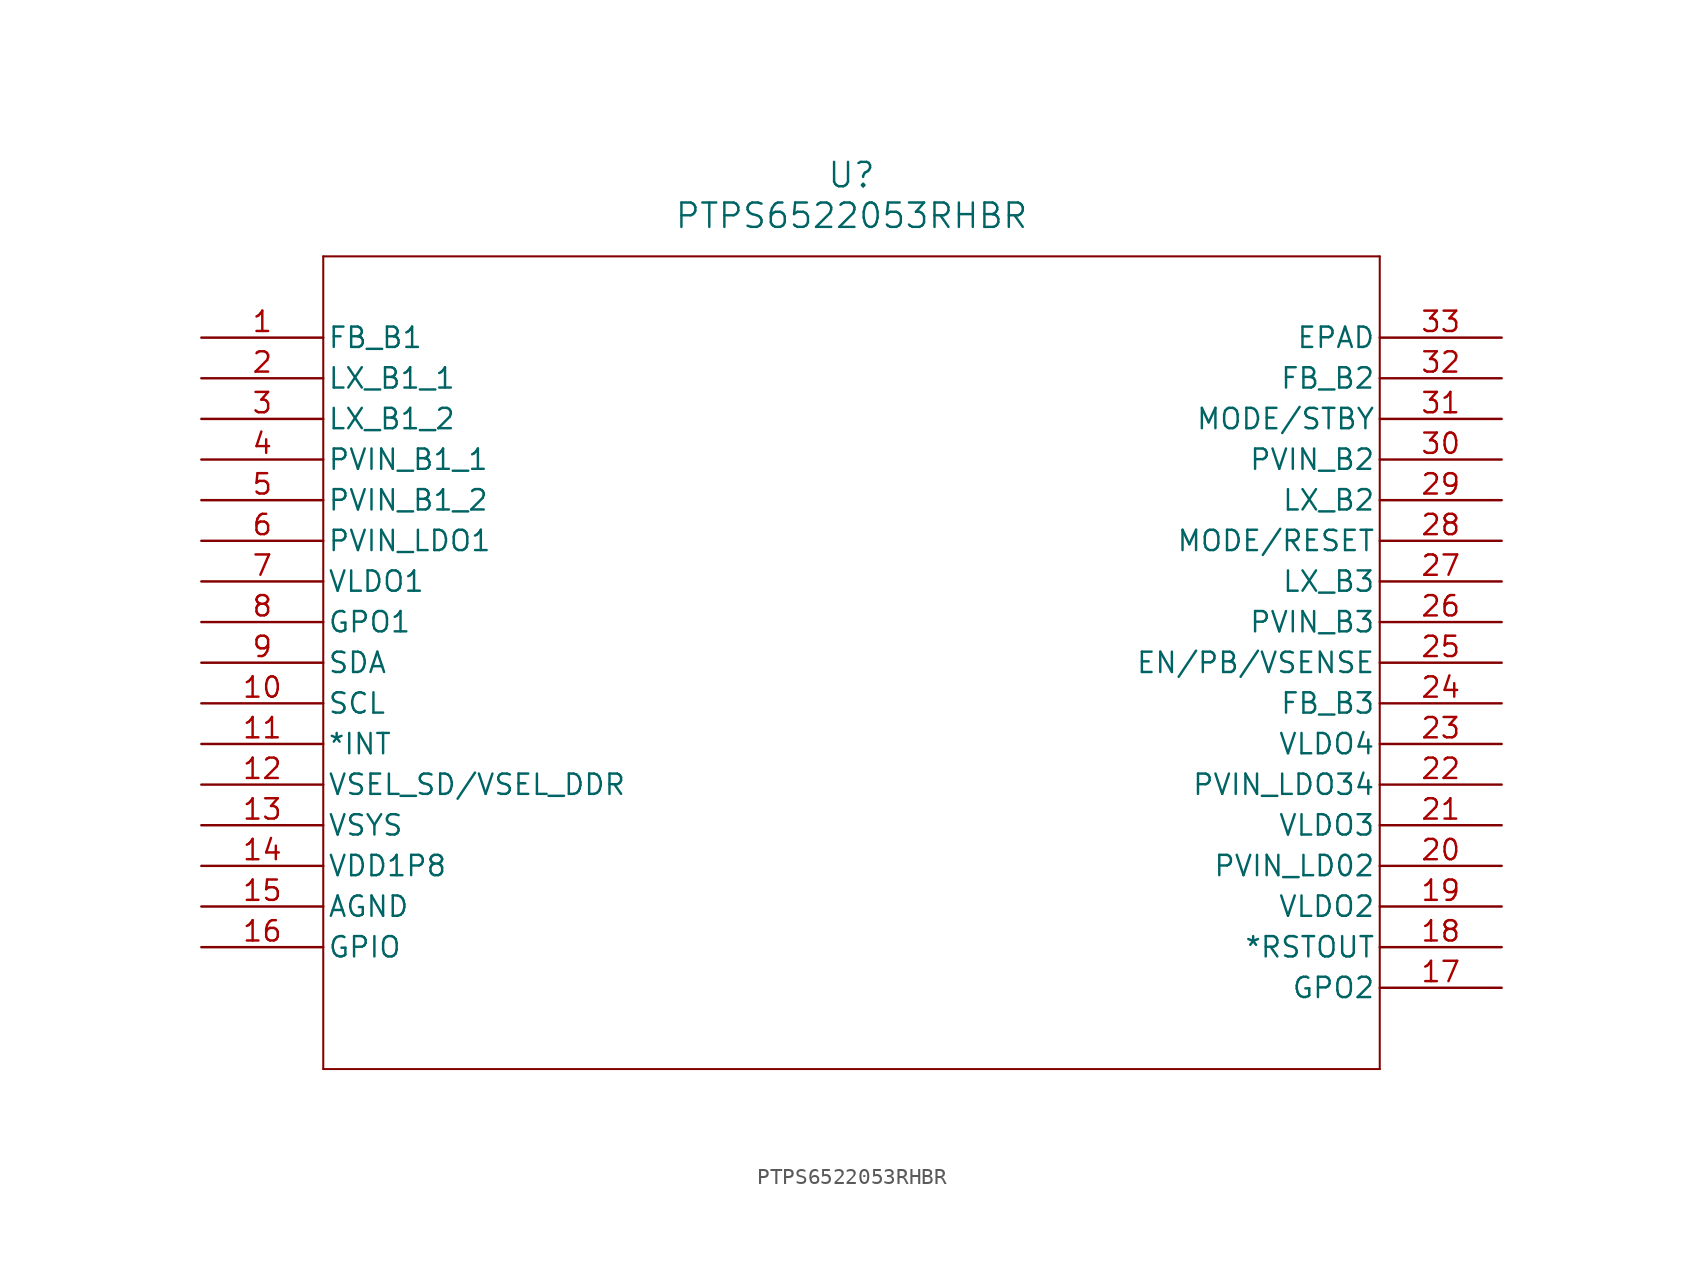
<source format=kicad_sym>
(kicad_symbol_lib
  (version 20211014)
  (generator kicad_symbol_editor)
  (symbol "PTPS6522053RHBR"
    (pin_names
      (offset 0.254))
    (property "Reference" "U"
      (at 40.64 10.16 0)
      (effects (font (size 1.524 1.524))))
    (property "Value" "PTPS6522053RHBR"
      (at 40.64 7.62 0)
      (effects (font (size 1.524 1.524))))
    (symbol "PTPS6522053RHBR_0_1"
      (polyline (pts (xy 7.62 5.08) (xy 7.62 -45.72)) (stroke (width 0.127) (type default) (color 0 0 0 0)) (fill (type none)))
      (polyline (pts (xy 7.62 -45.72) (xy 73.66 -45.72)) (stroke (width 0.127) (type default) (color 0 0 0 0)) (fill (type none)))
      (polyline (pts (xy 73.66 -45.72) (xy 73.66 5.08)) (stroke (width 0.127) (type default) (color 0 0 0 0)) (fill (type none)))
      (polyline (pts (xy 73.66 5.08) (xy 7.62 5.08)) (stroke (width 0.127) (type default) (color 0 0 0 0)) (fill (type none)))
      (pin input line (at 0 0 0) (length 7.62) (name "FB_B1" (effects (font (size 1.27 1.27)))) (number "1" (effects (font (size 1.27 1.27)))))
      (pin power_in line (at 0 -2.54 0) (length 7.62) (name "LX_B1_1" (effects (font (size 1.27 1.27)))) (number "2" (effects (font (size 1.27 1.27)))))
      (pin power_in line (at 0 -5.08 0) (length 7.62) (name "LX_B1_2" (effects (font (size 1.27 1.27)))) (number "3" (effects (font (size 1.27 1.27)))))
      (pin power_in line (at 0 -7.62 0) (length 7.62) (name "PVIN_B1_1" (effects (font (size 1.27 1.27)))) (number "4" (effects (font (size 1.27 1.27)))))
      (pin power_in line (at 0 -10.16 0) (length 7.62) (name "PVIN_B1_2" (effects (font (size 1.27 1.27)))) (number "5" (effects (font (size 1.27 1.27)))))
      (pin power_in line (at 0 -12.7 0) (length 7.62) (name "PVIN_LDO1" (effects (font (size 1.27 1.27)))) (number "6" (effects (font (size 1.27 1.27)))))
      (pin power_in line (at 0 -15.24 0) (length 7.62) (name "VLDO1" (effects (font (size 1.27 1.27)))) (number "7" (effects (font (size 1.27 1.27)))))
      (pin output line (at 0 -17.78 0) (length 7.62) (name "GPO1" (effects (font (size 1.27 1.27)))) (number "8" (effects (font (size 1.27 1.27)))))
      (pin bidirectional line (at 0 -20.32 0) (length 7.62) (name "SDA" (effects (font (size 1.27 1.27)))) (number "9" (effects (font (size 1.27 1.27)))))
      (pin input line (at 0 -22.86 0) (length 7.62) (name "SCL" (effects (font (size 1.27 1.27)))) (number "10" (effects (font (size 1.27 1.27)))))
      (pin output line (at 0 -25.4 0) (length 7.62) (name "*INT" (effects (font (size 1.27 1.27)))) (number "11" (effects (font (size 1.27 1.27)))))
      (pin input line (at 0 -27.94 0) (length 7.62) (name "VSEL_SD/VSEL_DDR" (effects (font (size 1.27 1.27)))) (number "12" (effects (font (size 1.27 1.27)))))
      (pin power_in line (at 0 -30.48 0) (length 7.62) (name "VSYS" (effects (font (size 1.27 1.27)))) (number "13" (effects (font (size 1.27 1.27)))))
      (pin power_in line (at 0 -33.02 0) (length 7.62) (name "VDD1P8" (effects (font (size 1.27 1.27)))) (number "14" (effects (font (size 1.27 1.27)))))
      (pin power_out line (at 0 -35.56 0) (length 7.62) (name "AGND" (effects (font (size 1.27 1.27)))) (number "15" (effects (font (size 1.27 1.27)))))
      (pin bidirectional line (at 0 -38.1 0) (length 7.62) (name "GPIO" (effects (font (size 1.27 1.27)))) (number "16" (effects (font (size 1.27 1.27)))))
      (pin output line (at 81.28 -40.64 180) (length 7.62) (name "GPO2" (effects (font (size 1.27 1.27)))) (number "17" (effects (font (size 1.27 1.27)))))
      (pin output line (at 81.28 -38.1 180) (length 7.62) (name "*RSTOUT" (effects (font (size 1.27 1.27)))) (number "18" (effects (font (size 1.27 1.27)))))
      (pin power_in line (at 81.28 -35.56 180) (length 7.62) (name "VLDO2" (effects (font (size 1.27 1.27)))) (number "19" (effects (font (size 1.27 1.27)))))
      (pin power_in line (at 81.28 -33.02 180) (length 7.62) (name "PVIN_LD02" (effects (font (size 1.27 1.27)))) (number "20" (effects (font (size 1.27 1.27)))))
      (pin power_in line (at 81.28 -30.48 180) (length 7.62) (name "VLDO3" (effects (font (size 1.27 1.27)))) (number "21" (effects (font (size 1.27 1.27)))))
      (pin power_in line (at 81.28 -27.94 180) (length 7.62) (name "PVIN_LDO34" (effects (font (size 1.27 1.27)))) (number "22" (effects (font (size 1.27 1.27)))))
      (pin power_in line (at 81.28 -25.4 180) (length 7.62) (name "VLDO4" (effects (font (size 1.27 1.27)))) (number "23" (effects (font (size 1.27 1.27)))))
      (pin input line (at 81.28 -22.86 180) (length 7.62) (name "FB_B3" (effects (font (size 1.27 1.27)))) (number "24" (effects (font (size 1.27 1.27)))))
      (pin input line (at 81.28 -20.32 180) (length 7.62) (name "EN/PB/VSENSE" (effects (font (size 1.27 1.27)))) (number "25" (effects (font (size 1.27 1.27)))))
      (pin power_in line (at 81.28 -17.78 180) (length 7.62) (name "PVIN_B3" (effects (font (size 1.27 1.27)))) (number "26" (effects (font (size 1.27 1.27)))))
      (pin power_in line (at 81.28 -15.24 180) (length 7.62) (name "LX_B3" (effects (font (size 1.27 1.27)))) (number "27" (effects (font (size 1.27 1.27)))))
      (pin input line (at 81.28 -12.7 180) (length 7.62) (name "MODE/RESET" (effects (font (size 1.27 1.27)))) (number "28" (effects (font (size 1.27 1.27)))))
      (pin power_in line (at 81.28 -10.16 180) (length 7.62) (name "LX_B2" (effects (font (size 1.27 1.27)))) (number "29" (effects (font (size 1.27 1.27)))))
      (pin power_in line (at 81.28 -7.62 180) (length 7.62) (name "PVIN_B2" (effects (font (size 1.27 1.27)))) (number "30" (effects (font (size 1.27 1.27)))))
      (pin input line (at 81.28 -5.08 180) (length 7.62) (name "MODE/STBY" (effects (font (size 1.27 1.27)))) (number "31" (effects (font (size 1.27 1.27)))))
      (pin input line (at 81.28 -2.54 180) (length 7.62) (name "FB_B2" (effects (font (size 1.27 1.27)))) (number "32" (effects (font (size 1.27 1.27)))))
      (pin power_out line (at 81.28 0 180) (length 7.62) (name "EPAD" (effects (font (size 1.27 1.27)))) (number "33" (effects (font (size 1.27 1.27))))))))
</source>
